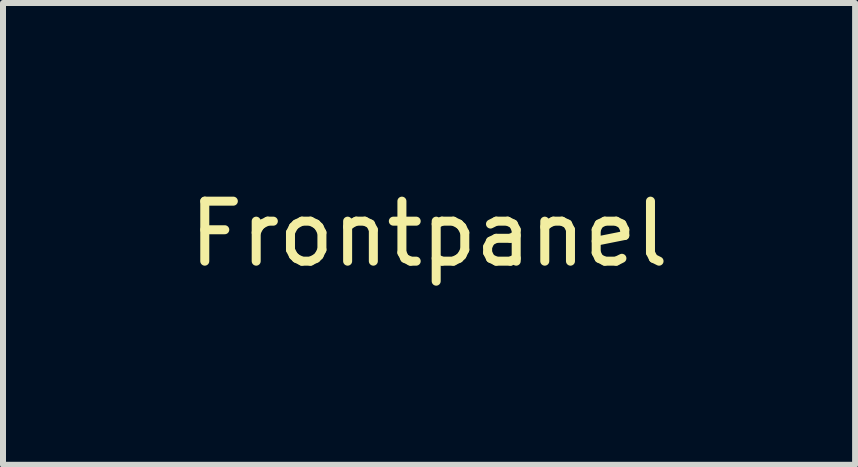
<source format=kicad_pcb>
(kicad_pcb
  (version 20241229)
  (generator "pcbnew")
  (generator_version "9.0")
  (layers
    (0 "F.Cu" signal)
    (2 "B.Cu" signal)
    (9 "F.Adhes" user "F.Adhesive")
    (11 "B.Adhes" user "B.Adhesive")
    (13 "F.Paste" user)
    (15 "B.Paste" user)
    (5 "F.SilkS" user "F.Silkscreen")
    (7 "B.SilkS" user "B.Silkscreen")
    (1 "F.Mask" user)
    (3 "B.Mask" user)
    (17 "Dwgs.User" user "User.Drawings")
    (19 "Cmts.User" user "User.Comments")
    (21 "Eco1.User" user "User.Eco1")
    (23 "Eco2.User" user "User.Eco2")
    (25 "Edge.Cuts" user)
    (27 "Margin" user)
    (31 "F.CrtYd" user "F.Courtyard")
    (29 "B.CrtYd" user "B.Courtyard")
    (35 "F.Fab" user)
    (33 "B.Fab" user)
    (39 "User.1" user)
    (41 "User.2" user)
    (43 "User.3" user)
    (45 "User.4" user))
  (footprint "Frontpanel"
    (layer "F.Cu")
    (at 4.101 1.348)
    (property "Reference" "Frontpanel" (at 0 -0.5 0) (unlocked yes) (layer "F.SilkS") (effects (font (size 1 1) (thickness 0.15))))
    (fp_line (start -3 0) (end 3 0) (stroke (width 0.1) (type solid)) (layer "Eco1.User")))
  (gr_rect
    (start -3 -3)
    (end 11.202 4.697)
    (stroke (width 0.1) (type default))
    (fill no)
    (layer "Edge.Cuts")))
</source>
